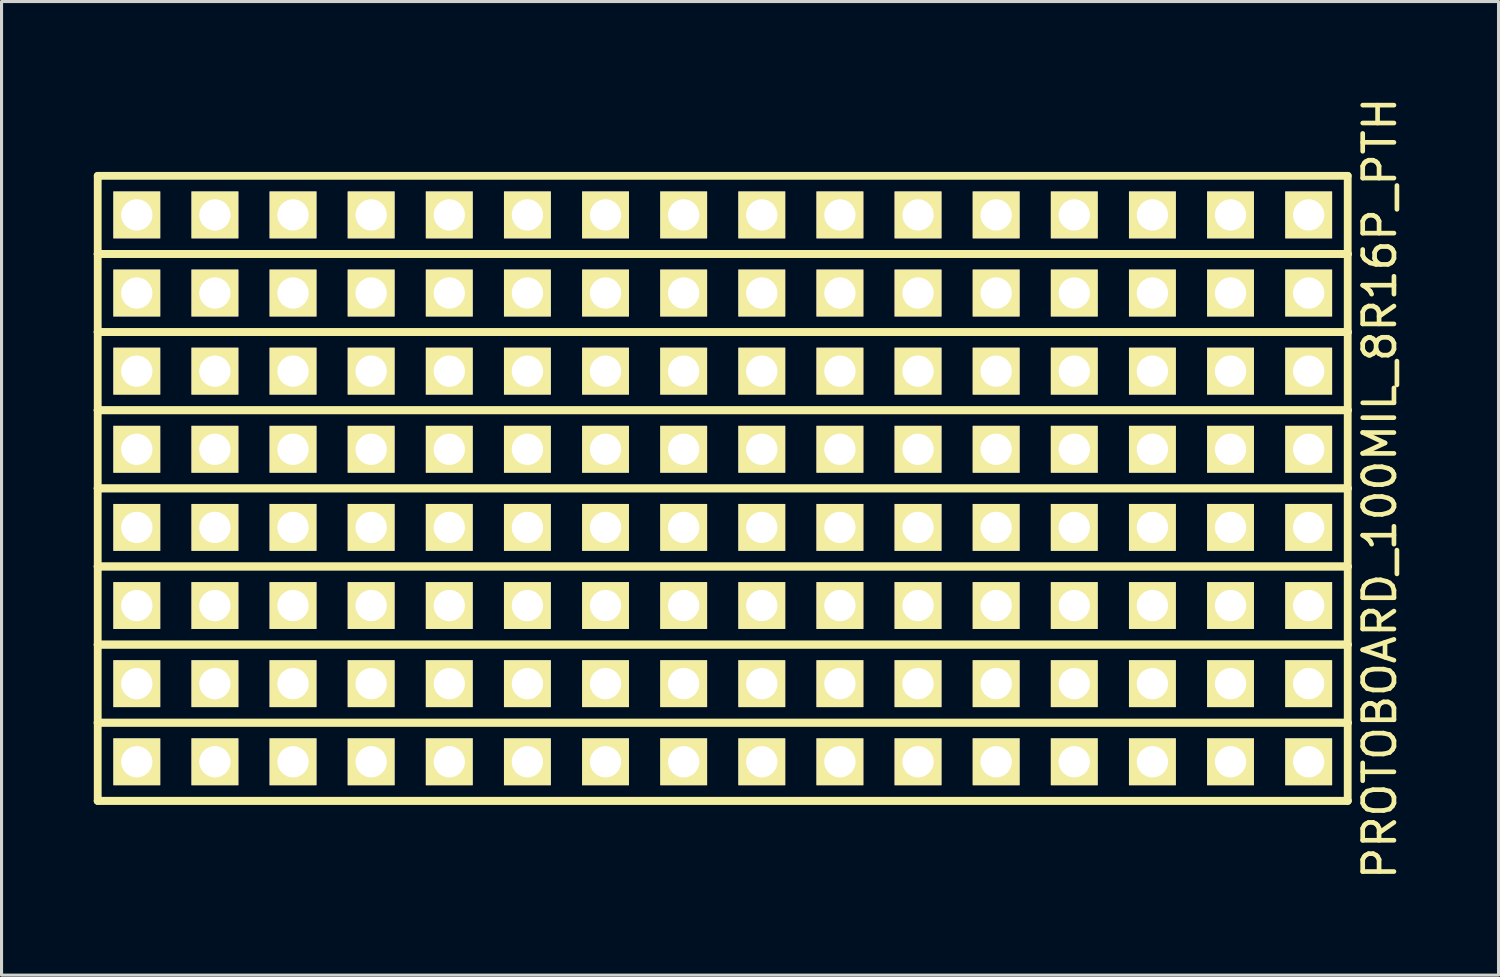
<source format=kicad_pcb>
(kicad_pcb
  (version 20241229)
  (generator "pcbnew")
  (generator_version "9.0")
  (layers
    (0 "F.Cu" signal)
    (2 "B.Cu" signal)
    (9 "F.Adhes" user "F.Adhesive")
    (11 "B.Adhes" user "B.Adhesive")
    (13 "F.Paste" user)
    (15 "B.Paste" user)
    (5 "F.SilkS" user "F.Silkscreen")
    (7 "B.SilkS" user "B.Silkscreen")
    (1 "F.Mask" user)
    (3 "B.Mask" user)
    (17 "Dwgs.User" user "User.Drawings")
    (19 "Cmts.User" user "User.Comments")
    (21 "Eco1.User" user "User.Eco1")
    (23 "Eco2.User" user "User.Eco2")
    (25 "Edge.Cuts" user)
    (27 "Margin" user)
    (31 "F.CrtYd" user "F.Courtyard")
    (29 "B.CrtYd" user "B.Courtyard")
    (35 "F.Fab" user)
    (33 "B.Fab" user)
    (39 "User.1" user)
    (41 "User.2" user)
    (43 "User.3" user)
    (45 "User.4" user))
  (footprint "PROTOBOARD_100MIL_8R16P_PTH"
    (layer "F.Cu")
    (at 20.447 12.827)
    (property "Reference" "PROTOBOARD_100MIL_8R16P_PTH" (at 21.361 0 90) (layer "F.SilkS") (effects (font (size 1.016 1.016) (thickness 0.152))))
    (attr through_hole)
    (fp_line (start -20.32 -10.16) (end 20.32 -10.16) (stroke (width 0.254) (type solid)) (layer "F.SilkS"))
    (fp_line (start -20.32 -7.62) (end -20.32 -10.16) (stroke (width 0.254) (type solid)) (layer "F.SilkS"))
    (fp_line (start -20.32 -7.62) (end 20.32 -7.62) (stroke (width 0.254) (type solid)) (layer "F.SilkS"))
    (fp_line (start -20.32 -5.08) (end -20.32 -7.62) (stroke (width 0.254) (type solid)) (layer "F.SilkS"))
    (fp_line (start -20.32 -5.08) (end 20.32 -5.08) (stroke (width 0.254) (type solid)) (layer "F.SilkS"))
    (fp_line (start -20.32 -2.54) (end -20.32 -5.08) (stroke (width 0.254) (type solid)) (layer "F.SilkS"))
    (fp_line (start -20.32 -2.54) (end 20.32 -2.54) (stroke (width 0.254) (type solid)) (layer "F.SilkS"))
    (fp_line (start -20.32 0) (end -20.32 -2.54) (stroke (width 0.254) (type solid)) (layer "F.SilkS"))
    (fp_line (start -20.32 0) (end 20.32 0) (stroke (width 0.254) (type solid)) (layer "F.SilkS"))
    (fp_line (start -20.32 2.54) (end -20.32 0) (stroke (width 0.254) (type solid)) (layer "F.SilkS"))
    (fp_line (start -20.32 2.54) (end 20.32 2.54) (stroke (width 0.254) (type solid)) (layer "F.SilkS"))
    (fp_line (start -20.32 5.08) (end -20.32 2.54) (stroke (width 0.254) (type solid)) (layer "F.SilkS"))
    (fp_line (start -20.32 5.08) (end 20.32 5.08) (stroke (width 0.254) (type solid)) (layer "F.SilkS"))
    (fp_line (start -20.32 7.62) (end -20.32 5.08) (stroke (width 0.254) (type solid)) (layer "F.SilkS"))
    (fp_line (start -20.32 7.62) (end 20.32 7.62) (stroke (width 0.254) (type solid)) (layer "F.SilkS"))
    (fp_line (start -20.32 10.16) (end -20.32 7.62) (stroke (width 0.254) (type solid)) (layer "F.SilkS"))
    (fp_line (start -20.32 10.16) (end 20.32 10.16) (stroke (width 0.254) (type solid)) (layer "F.SilkS"))
    (fp_line (start 20.32 -10.16) (end 20.32 -7.62) (stroke (width 0.254) (type solid)) (layer "F.SilkS"))
    (fp_line (start 20.32 -7.62) (end -20.32 -7.62) (stroke (width 0.254) (type solid)) (layer "F.SilkS"))
    (fp_line (start 20.32 -7.62) (end 20.32 -5.08) (stroke (width 0.254) (type solid)) (layer "F.SilkS"))
    (fp_line (start 20.32 -5.08) (end -20.32 -5.08) (stroke (width 0.254) (type solid)) (layer "F.SilkS"))
    (fp_line (start 20.32 -5.08) (end 20.32 -2.54) (stroke (width 0.254) (type solid)) (layer "F.SilkS"))
    (fp_line (start 20.32 -2.54) (end -20.32 -2.54) (stroke (width 0.254) (type solid)) (layer "F.SilkS"))
    (fp_line (start 20.32 -2.54) (end 20.32 0) (stroke (width 0.254) (type solid)) (layer "F.SilkS"))
    (fp_line (start 20.32 0) (end -20.32 0) (stroke (width 0.254) (type solid)) (layer "F.SilkS"))
    (fp_line (start 20.32 0) (end 20.32 2.54) (stroke (width 0.254) (type solid)) (layer "F.SilkS"))
    (fp_line (start 20.32 2.54) (end -20.32 2.54) (stroke (width 0.254) (type solid)) (layer "F.SilkS"))
    (fp_line (start 20.32 2.54) (end 20.32 5.08) (stroke (width 0.254) (type solid)) (layer "F.SilkS"))
    (fp_line (start 20.32 5.08) (end -20.32 5.08) (stroke (width 0.254) (type solid)) (layer "F.SilkS"))
    (fp_line (start 20.32 5.08) (end 20.32 7.62) (stroke (width 0.254) (type solid)) (layer "F.SilkS"))
    (fp_line (start 20.32 7.62) (end -20.32 7.62) (stroke (width 0.254) (type solid)) (layer "F.SilkS"))
    (fp_line (start 20.32 7.62) (end 20.32 10.16) (stroke (width 0.254) (type solid)) (layer "F.SilkS"))
    (fp_line (start 20.32 10.16) (end -20.32 10.16) (stroke (width 0.254) (type solid)) (layer "F.SilkS"))
    (pad "1" thru_hole rect (at -19.05 -8.89) (size 1.524 1.524) (drill 1.016) (layers "*.Cu" "*.Mask" "F.SilkS"))
    (pad "1" thru_hole rect (at -19.05 -6.35) (size 1.524 1.524) (drill 1.016) (layers "*.Cu" "*.Mask" "F.SilkS"))
    (pad "1" thru_hole rect (at -19.05 -3.81) (size 1.524 1.524) (drill 1.016) (layers "*.Cu" "*.Mask" "F.SilkS"))
    (pad "1" thru_hole rect (at -19.05 -1.27) (size 1.524 1.524) (drill 1.016) (layers "*.Cu" "*.Mask" "F.SilkS"))
    (pad "1" thru_hole rect (at -19.05 1.27) (size 1.524 1.524) (drill 1.016) (layers "*.Cu" "*.Mask" "F.SilkS"))
    (pad "1" thru_hole rect (at -19.05 3.81) (size 1.524 1.524) (drill 1.016) (layers "*.Cu" "*.Mask" "F.SilkS"))
    (pad "1" thru_hole rect (at -19.05 6.35) (size 1.524 1.524) (drill 1.016) (layers "*.Cu" "*.Mask" "F.SilkS"))
    (pad "1" thru_hole rect (at -19.05 8.89) (size 1.524 1.524) (drill 1.016) (layers "*.Cu" "*.Mask" "F.SilkS"))
    (pad "2" thru_hole rect (at -16.51 -8.89) (size 1.524 1.524) (drill 1.016) (layers "*.Cu" "*.Mask" "F.SilkS"))
    (pad "2" thru_hole rect (at -16.51 -6.35) (size 1.524 1.524) (drill 1.016) (layers "*.Cu" "*.Mask" "F.SilkS"))
    (pad "2" thru_hole rect (at -16.51 -3.81) (size 1.524 1.524) (drill 1.016) (layers "*.Cu" "*.Mask" "F.SilkS"))
    (pad "2" thru_hole rect (at -16.51 -1.27) (size 1.524 1.524) (drill 1.016) (layers "*.Cu" "*.Mask" "F.SilkS"))
    (pad "2" thru_hole rect (at -16.51 1.27) (size 1.524 1.524) (drill 1.016) (layers "*.Cu" "*.Mask" "F.SilkS"))
    (pad "2" thru_hole rect (at -16.51 3.81) (size 1.524 1.524) (drill 1.016) (layers "*.Cu" "*.Mask" "F.SilkS"))
    (pad "2" thru_hole rect (at -16.51 6.35) (size 1.524 1.524) (drill 1.016) (layers "*.Cu" "*.Mask" "F.SilkS"))
    (pad "2" thru_hole rect (at -16.51 8.89) (size 1.524 1.524) (drill 1.016) (layers "*.Cu" "*.Mask" "F.SilkS"))
    (pad "3" thru_hole rect (at -13.97 -8.89) (size 1.524 1.524) (drill 1.016) (layers "*.Cu" "*.Mask" "F.SilkS"))
    (pad "3" thru_hole rect (at -13.97 -6.35) (size 1.524 1.524) (drill 1.016) (layers "*.Cu" "*.Mask" "F.SilkS"))
    (pad "3" thru_hole rect (at -13.97 -3.81) (size 1.524 1.524) (drill 1.016) (layers "*.Cu" "*.Mask" "F.SilkS"))
    (pad "3" thru_hole rect (at -13.97 -1.27) (size 1.524 1.524) (drill 1.016) (layers "*.Cu" "*.Mask" "F.SilkS"))
    (pad "3" thru_hole rect (at -13.97 1.27) (size 1.524 1.524) (drill 1.016) (layers "*.Cu" "*.Mask" "F.SilkS"))
    (pad "3" thru_hole rect (at -13.97 3.81) (size 1.524 1.524) (drill 1.016) (layers "*.Cu" "*.Mask" "F.SilkS"))
    (pad "3" thru_hole rect (at -13.97 6.35) (size 1.524 1.524) (drill 1.016) (layers "*.Cu" "*.Mask" "F.SilkS"))
    (pad "3" thru_hole rect (at -13.97 8.89) (size 1.524 1.524) (drill 1.016) (layers "*.Cu" "*.Mask" "F.SilkS"))
    (pad "4" thru_hole rect (at -11.43 -8.89) (size 1.524 1.524) (drill 1.016) (layers "*.Cu" "*.Mask" "F.SilkS"))
    (pad "4" thru_hole rect (at -11.43 -6.35) (size 1.524 1.524) (drill 1.016) (layers "*.Cu" "*.Mask" "F.SilkS"))
    (pad "4" thru_hole rect (at -11.43 -3.81) (size 1.524 1.524) (drill 1.016) (layers "*.Cu" "*.Mask" "F.SilkS"))
    (pad "4" thru_hole rect (at -11.43 -1.27) (size 1.524 1.524) (drill 1.016) (layers "*.Cu" "*.Mask" "F.SilkS"))
    (pad "4" thru_hole rect (at -11.43 1.27) (size 1.524 1.524) (drill 1.016) (layers "*.Cu" "*.Mask" "F.SilkS"))
    (pad "4" thru_hole rect (at -11.43 3.81) (size 1.524 1.524) (drill 1.016) (layers "*.Cu" "*.Mask" "F.SilkS"))
    (pad "4" thru_hole rect (at -11.43 6.35) (size 1.524 1.524) (drill 1.016) (layers "*.Cu" "*.Mask" "F.SilkS"))
    (pad "4" thru_hole rect (at -11.43 8.89) (size 1.524 1.524) (drill 1.016) (layers "*.Cu" "*.Mask" "F.SilkS"))
    (pad "5" thru_hole rect (at -8.89 -8.89) (size 1.524 1.524) (drill 1.016) (layers "*.Cu" "*.Mask" "F.SilkS"))
    (pad "5" thru_hole rect (at -8.89 -6.35) (size 1.524 1.524) (drill 1.016) (layers "*.Cu" "*.Mask" "F.SilkS"))
    (pad "5" thru_hole rect (at -8.89 -3.81) (size 1.524 1.524) (drill 1.016) (layers "*.Cu" "*.Mask" "F.SilkS"))
    (pad "5" thru_hole rect (at -8.89 -1.27) (size 1.524 1.524) (drill 1.016) (layers "*.Cu" "*.Mask" "F.SilkS"))
    (pad "5" thru_hole rect (at -8.89 1.27) (size 1.524 1.524) (drill 1.016) (layers "*.Cu" "*.Mask" "F.SilkS"))
    (pad "5" thru_hole rect (at -8.89 3.81) (size 1.524 1.524) (drill 1.016) (layers "*.Cu" "*.Mask" "F.SilkS"))
    (pad "5" thru_hole rect (at -8.89 6.35) (size 1.524 1.524) (drill 1.016) (layers "*.Cu" "*.Mask" "F.SilkS"))
    (pad "5" thru_hole rect (at -8.89 8.89) (size 1.524 1.524) (drill 1.016) (layers "*.Cu" "*.Mask" "F.SilkS"))
    (pad "6" thru_hole rect (at -6.35 -8.89) (size 1.524 1.524) (drill 1.016) (layers "*.Cu" "*.Mask" "F.SilkS"))
    (pad "6" thru_hole rect (at -6.35 -6.35) (size 1.524 1.524) (drill 1.016) (layers "*.Cu" "*.Mask" "F.SilkS"))
    (pad "6" thru_hole rect (at -6.35 -3.81) (size 1.524 1.524) (drill 1.016) (layers "*.Cu" "*.Mask" "F.SilkS"))
    (pad "6" thru_hole rect (at -6.35 -1.27) (size 1.524 1.524) (drill 1.016) (layers "*.Cu" "*.Mask" "F.SilkS"))
    (pad "6" thru_hole rect (at -6.35 1.27) (size 1.524 1.524) (drill 1.016) (layers "*.Cu" "*.Mask" "F.SilkS"))
    (pad "6" thru_hole rect (at -6.35 3.81) (size 1.524 1.524) (drill 1.016) (layers "*.Cu" "*.Mask" "F.SilkS"))
    (pad "6" thru_hole rect (at -6.35 6.35) (size 1.524 1.524) (drill 1.016) (layers "*.Cu" "*.Mask" "F.SilkS"))
    (pad "6" thru_hole rect (at -6.35 8.89) (size 1.524 1.524) (drill 1.016) (layers "*.Cu" "*.Mask" "F.SilkS"))
    (pad "7" thru_hole rect (at -3.81 -8.89) (size 1.524 1.524) (drill 1.016) (layers "*.Cu" "*.Mask" "F.SilkS"))
    (pad "7" thru_hole rect (at -3.81 -6.35) (size 1.524 1.524) (drill 1.016) (layers "*.Cu" "*.Mask" "F.SilkS"))
    (pad "7" thru_hole rect (at -3.81 -3.81) (size 1.524 1.524) (drill 1.016) (layers "*.Cu" "*.Mask" "F.SilkS"))
    (pad "7" thru_hole rect (at -3.81 -1.27) (size 1.524 1.524) (drill 1.016) (layers "*.Cu" "*.Mask" "F.SilkS"))
    (pad "7" thru_hole rect (at -3.81 1.27) (size 1.524 1.524) (drill 1.016) (layers "*.Cu" "*.Mask" "F.SilkS"))
    (pad "7" thru_hole rect (at -3.81 3.81) (size 1.524 1.524) (drill 1.016) (layers "*.Cu" "*.Mask" "F.SilkS"))
    (pad "7" thru_hole rect (at -3.81 6.35) (size 1.524 1.524) (drill 1.016) (layers "*.Cu" "*.Mask" "F.SilkS"))
    (pad "7" thru_hole rect (at -3.81 8.89) (size 1.524 1.524) (drill 1.016) (layers "*.Cu" "*.Mask" "F.SilkS"))
    (pad "8" thru_hole rect (at -1.27 -8.89) (size 1.524 1.524) (drill 1.016) (layers "*.Cu" "*.Mask" "F.SilkS"))
    (pad "8" thru_hole rect (at -1.27 -6.35) (size 1.524 1.524) (drill 1.016) (layers "*.Cu" "*.Mask" "F.SilkS"))
    (pad "8" thru_hole rect (at -1.27 -3.81) (size 1.524 1.524) (drill 1.016) (layers "*.Cu" "*.Mask" "F.SilkS"))
    (pad "8" thru_hole rect (at -1.27 -1.27) (size 1.524 1.524) (drill 1.016) (layers "*.Cu" "*.Mask" "F.SilkS"))
    (pad "8" thru_hole rect (at -1.27 1.27) (size 1.524 1.524) (drill 1.016) (layers "*.Cu" "*.Mask" "F.SilkS"))
    (pad "8" thru_hole rect (at -1.27 3.81) (size 1.524 1.524) (drill 1.016) (layers "*.Cu" "*.Mask" "F.SilkS"))
    (pad "8" thru_hole rect (at -1.27 6.35) (size 1.524 1.524) (drill 1.016) (layers "*.Cu" "*.Mask" "F.SilkS"))
    (pad "8" thru_hole rect (at -1.27 8.89) (size 1.524 1.524) (drill 1.016) (layers "*.Cu" "*.Mask" "F.SilkS"))
    (pad "9" thru_hole rect (at 1.27 -8.89) (size 1.524 1.524) (drill 1.016) (layers "*.Cu" "*.Mask" "F.SilkS"))
    (pad "9" thru_hole rect (at 1.27 -6.35) (size 1.524 1.524) (drill 1.016) (layers "*.Cu" "*.Mask" "F.SilkS"))
    (pad "9" thru_hole rect (at 1.27 -3.81) (size 1.524 1.524) (drill 1.016) (layers "*.Cu" "*.Mask" "F.SilkS"))
    (pad "9" thru_hole rect (at 1.27 -1.27) (size 1.524 1.524) (drill 1.016) (layers "*.Cu" "*.Mask" "F.SilkS"))
    (pad "9" thru_hole rect (at 1.27 1.27) (size 1.524 1.524) (drill 1.016) (layers "*.Cu" "*.Mask" "F.SilkS"))
    (pad "9" thru_hole rect (at 1.27 3.81) (size 1.524 1.524) (drill 1.016) (layers "*.Cu" "*.Mask" "F.SilkS"))
    (pad "9" thru_hole rect (at 1.27 6.35) (size 1.524 1.524) (drill 1.016) (layers "*.Cu" "*.Mask" "F.SilkS"))
    (pad "9" thru_hole rect (at 1.27 8.89) (size 1.524 1.524) (drill 1.016) (layers "*.Cu" "*.Mask" "F.SilkS"))
    (pad "10" thru_hole rect (at 3.81 -8.89) (size 1.524 1.524) (drill 1.016) (layers "*.Cu" "*.Mask" "F.SilkS"))
    (pad "10" thru_hole rect (at 3.81 -6.35) (size 1.524 1.524) (drill 1.016) (layers "*.Cu" "*.Mask" "F.SilkS"))
    (pad "10" thru_hole rect (at 3.81 -3.81) (size 1.524 1.524) (drill 1.016) (layers "*.Cu" "*.Mask" "F.SilkS"))
    (pad "10" thru_hole rect (at 3.81 -1.27) (size 1.524 1.524) (drill 1.016) (layers "*.Cu" "*.Mask" "F.SilkS"))
    (pad "10" thru_hole rect (at 3.81 1.27) (size 1.524 1.524) (drill 1.016) (layers "*.Cu" "*.Mask" "F.SilkS"))
    (pad "10" thru_hole rect (at 3.81 3.81) (size 1.524 1.524) (drill 1.016) (layers "*.Cu" "*.Mask" "F.SilkS"))
    (pad "10" thru_hole rect (at 3.81 6.35) (size 1.524 1.524) (drill 1.016) (layers "*.Cu" "*.Mask" "F.SilkS"))
    (pad "10" thru_hole rect (at 3.81 8.89) (size 1.524 1.524) (drill 1.016) (layers "*.Cu" "*.Mask" "F.SilkS"))
    (pad "11" thru_hole rect (at 6.35 -8.89) (size 1.524 1.524) (drill 1.016) (layers "*.Cu" "*.Mask" "F.SilkS"))
    (pad "11" thru_hole rect (at 6.35 -6.35) (size 1.524 1.524) (drill 1.016) (layers "*.Cu" "*.Mask" "F.SilkS"))
    (pad "11" thru_hole rect (at 6.35 -3.81) (size 1.524 1.524) (drill 1.016) (layers "*.Cu" "*.Mask" "F.SilkS"))
    (pad "11" thru_hole rect (at 6.35 -1.27) (size 1.524 1.524) (drill 1.016) (layers "*.Cu" "*.Mask" "F.SilkS"))
    (pad "11" thru_hole rect (at 6.35 1.27) (size 1.524 1.524) (drill 1.016) (layers "*.Cu" "*.Mask" "F.SilkS"))
    (pad "11" thru_hole rect (at 6.35 3.81) (size 1.524 1.524) (drill 1.016) (layers "*.Cu" "*.Mask" "F.SilkS"))
    (pad "11" thru_hole rect (at 6.35 6.35) (size 1.524 1.524) (drill 1.016) (layers "*.Cu" "*.Mask" "F.SilkS"))
    (pad "11" thru_hole rect (at 6.35 8.89) (size 1.524 1.524) (drill 1.016) (layers "*.Cu" "*.Mask" "F.SilkS"))
    (pad "12" thru_hole rect (at 8.89 -8.89) (size 1.524 1.524) (drill 1.016) (layers "*.Cu" "*.Mask" "F.SilkS"))
    (pad "12" thru_hole rect (at 8.89 -6.35) (size 1.524 1.524) (drill 1.016) (layers "*.Cu" "*.Mask" "F.SilkS"))
    (pad "12" thru_hole rect (at 8.89 -3.81) (size 1.524 1.524) (drill 1.016) (layers "*.Cu" "*.Mask" "F.SilkS"))
    (pad "12" thru_hole rect (at 8.89 -1.27) (size 1.524 1.524) (drill 1.016) (layers "*.Cu" "*.Mask" "F.SilkS"))
    (pad "12" thru_hole rect (at 8.89 1.27) (size 1.524 1.524) (drill 1.016) (layers "*.Cu" "*.Mask" "F.SilkS"))
    (pad "12" thru_hole rect (at 8.89 3.81) (size 1.524 1.524) (drill 1.016) (layers "*.Cu" "*.Mask" "F.SilkS"))
    (pad "12" thru_hole rect (at 8.89 6.35) (size 1.524 1.524) (drill 1.016) (layers "*.Cu" "*.Mask" "F.SilkS"))
    (pad "12" thru_hole rect (at 8.89 8.89) (size 1.524 1.524) (drill 1.016) (layers "*.Cu" "*.Mask" "F.SilkS"))
    (pad "13" thru_hole rect (at 11.43 -8.89) (size 1.524 1.524) (drill 1.016) (layers "*.Cu" "*.Mask" "F.SilkS"))
    (pad "13" thru_hole rect (at 11.43 -6.35) (size 1.524 1.524) (drill 1.016) (layers "*.Cu" "*.Mask" "F.SilkS"))
    (pad "13" thru_hole rect (at 11.43 -3.81) (size 1.524 1.524) (drill 1.016) (layers "*.Cu" "*.Mask" "F.SilkS"))
    (pad "13" thru_hole rect (at 11.43 -1.27) (size 1.524 1.524) (drill 1.016) (layers "*.Cu" "*.Mask" "F.SilkS"))
    (pad "13" thru_hole rect (at 11.43 1.27) (size 1.524 1.524) (drill 1.016) (layers "*.Cu" "*.Mask" "F.SilkS"))
    (pad "13" thru_hole rect (at 11.43 3.81) (size 1.524 1.524) (drill 1.016) (layers "*.Cu" "*.Mask" "F.SilkS"))
    (pad "13" thru_hole rect (at 11.43 6.35) (size 1.524 1.524) (drill 1.016) (layers "*.Cu" "*.Mask" "F.SilkS"))
    (pad "13" thru_hole rect (at 11.43 8.89) (size 1.524 1.524) (drill 1.016) (layers "*.Cu" "*.Mask" "F.SilkS"))
    (pad "14" thru_hole rect (at 13.97 -8.89) (size 1.524 1.524) (drill 1.016) (layers "*.Cu" "*.Mask" "F.SilkS"))
    (pad "14" thru_hole rect (at 13.97 -6.35) (size 1.524 1.524) (drill 1.016) (layers "*.Cu" "*.Mask" "F.SilkS"))
    (pad "14" thru_hole rect (at 13.97 -3.81) (size 1.524 1.524) (drill 1.016) (layers "*.Cu" "*.Mask" "F.SilkS"))
    (pad "14" thru_hole rect (at 13.97 -1.27) (size 1.524 1.524) (drill 1.016) (layers "*.Cu" "*.Mask" "F.SilkS"))
    (pad "14" thru_hole rect (at 13.97 1.27) (size 1.524 1.524) (drill 1.016) (layers "*.Cu" "*.Mask" "F.SilkS"))
    (pad "14" thru_hole rect (at 13.97 3.81) (size 1.524 1.524) (drill 1.016) (layers "*.Cu" "*.Mask" "F.SilkS"))
    (pad "14" thru_hole rect (at 13.97 6.35) (size 1.524 1.524) (drill 1.016) (layers "*.Cu" "*.Mask" "F.SilkS"))
    (pad "14" thru_hole rect (at 13.97 8.89) (size 1.524 1.524) (drill 1.016) (layers "*.Cu" "*.Mask" "F.SilkS"))
    (pad "15" thru_hole rect (at 16.51 -8.89) (size 1.524 1.524) (drill 1.016) (layers "*.Cu" "*.Mask" "F.SilkS"))
    (pad "15" thru_hole rect (at 16.51 -6.35) (size 1.524 1.524) (drill 1.016) (layers "*.Cu" "*.Mask" "F.SilkS"))
    (pad "15" thru_hole rect (at 16.51 -3.81) (size 1.524 1.524) (drill 1.016) (layers "*.Cu" "*.Mask" "F.SilkS"))
    (pad "15" thru_hole rect (at 16.51 -1.27) (size 1.524 1.524) (drill 1.016) (layers "*.Cu" "*.Mask" "F.SilkS"))
    (pad "15" thru_hole rect (at 16.51 1.27) (size 1.524 1.524) (drill 1.016) (layers "*.Cu" "*.Mask" "F.SilkS"))
    (pad "15" thru_hole rect (at 16.51 3.81) (size 1.524 1.524) (drill 1.016) (layers "*.Cu" "*.Mask" "F.SilkS"))
    (pad "15" thru_hole rect (at 16.51 6.35) (size 1.524 1.524) (drill 1.016) (layers "*.Cu" "*.Mask" "F.SilkS"))
    (pad "15" thru_hole rect (at 16.51 8.89) (size 1.524 1.524) (drill 1.016) (layers "*.Cu" "*.Mask" "F.SilkS"))
    (pad "16" thru_hole rect (at 19.05 -8.89) (size 1.524 1.524) (drill 1.016) (layers "*.Cu" "*.Mask" "F.SilkS"))
    (pad "16" thru_hole rect (at 19.05 -6.35) (size 1.524 1.524) (drill 1.016) (layers "*.Cu" "*.Mask" "F.SilkS"))
    (pad "16" thru_hole rect (at 19.05 -3.81) (size 1.524 1.524) (drill 1.016) (layers "*.Cu" "*.Mask" "F.SilkS"))
    (pad "16" thru_hole rect (at 19.05 -1.27) (size 1.524 1.524) (drill 1.016) (layers "*.Cu" "*.Mask" "F.SilkS"))
    (pad "16" thru_hole rect (at 19.05 1.27) (size 1.524 1.524) (drill 1.016) (layers "*.Cu" "*.Mask" "F.SilkS"))
    (pad "16" thru_hole rect (at 19.05 3.81) (size 1.524 1.524) (drill 1.016) (layers "*.Cu" "*.Mask" "F.SilkS"))
    (pad "16" thru_hole rect (at 19.05 6.35) (size 1.524 1.524) (drill 1.016) (layers "*.Cu" "*.Mask" "F.SilkS"))
    (pad "16" thru_hole rect (at 19.05 8.89) (size 1.524 1.524) (drill 1.016) (layers "*.Cu" "*.Mask" "F.SilkS")))
  (gr_rect
    (start -3 -3)
    (end 45.67 28.654)
    (stroke (width 0.1) (type default))
    (fill no)
    (layer "Edge.Cuts")))
</source>
